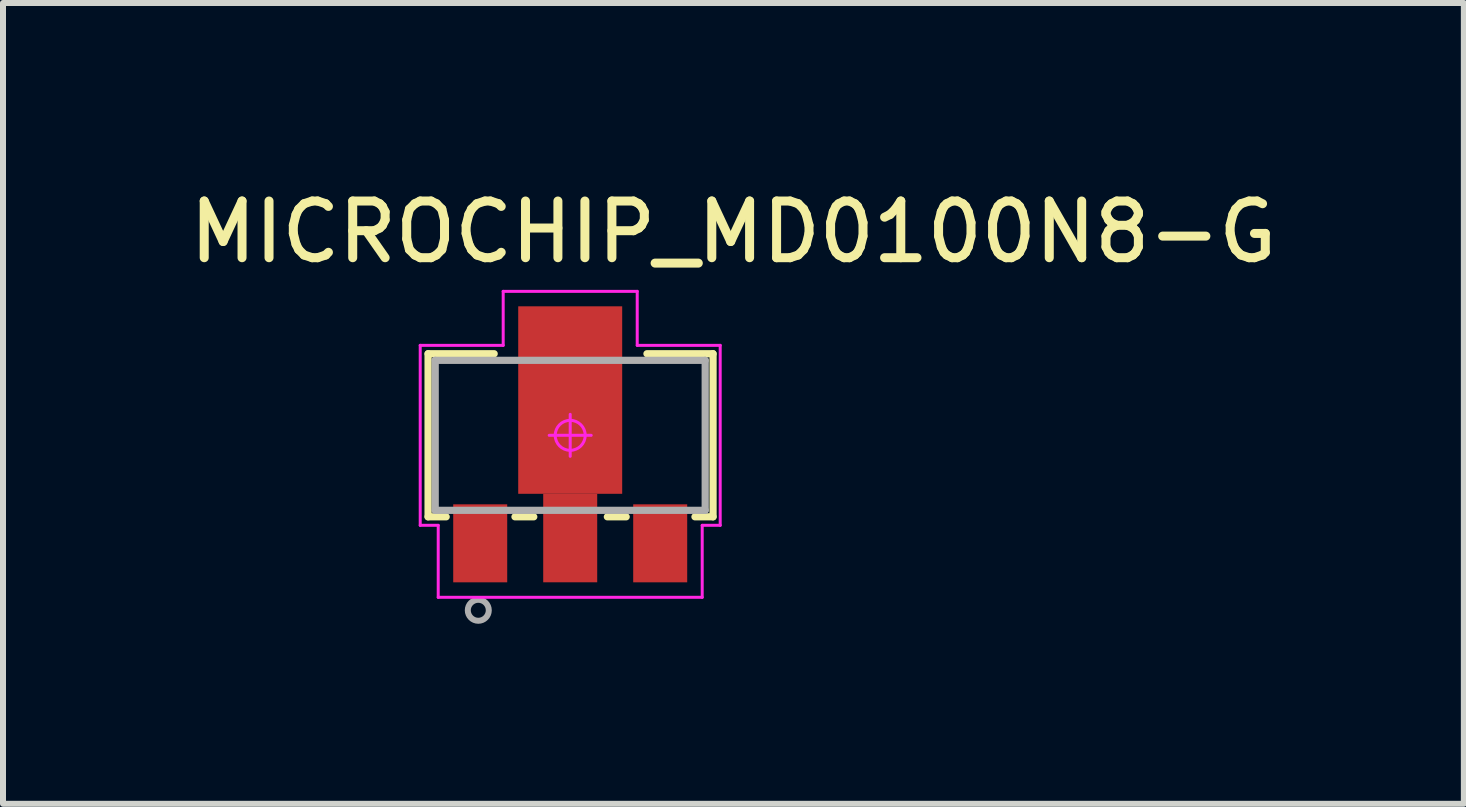
<source format=kicad_pcb>
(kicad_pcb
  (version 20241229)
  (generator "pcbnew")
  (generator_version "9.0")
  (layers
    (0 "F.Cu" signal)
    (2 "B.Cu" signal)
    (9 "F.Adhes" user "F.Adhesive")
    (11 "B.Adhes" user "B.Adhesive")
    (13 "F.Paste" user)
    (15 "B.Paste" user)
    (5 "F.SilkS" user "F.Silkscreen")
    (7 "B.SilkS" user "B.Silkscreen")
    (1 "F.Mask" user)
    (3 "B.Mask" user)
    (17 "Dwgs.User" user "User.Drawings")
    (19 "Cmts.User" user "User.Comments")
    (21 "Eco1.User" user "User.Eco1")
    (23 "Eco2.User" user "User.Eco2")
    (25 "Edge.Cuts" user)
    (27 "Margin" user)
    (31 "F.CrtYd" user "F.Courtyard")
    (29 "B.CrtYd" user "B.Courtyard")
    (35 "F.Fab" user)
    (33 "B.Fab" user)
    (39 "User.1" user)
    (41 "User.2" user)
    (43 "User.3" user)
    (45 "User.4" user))
  (footprint "MICROCHIP_MD0100N8-G"
    (layer "F.Cu")
    (at 6.454 4.206)
    (property "Reference" "MICROCHIP_MD0100N8-G" (at 2.72 -3.39 0) (layer "F.SilkS") (effects (font (size 0.945 0.945) (thickness 0.15))))
    (attr smd)
    (fp_line (start -2.369 -1.36) (end -2.369 1.358) (stroke (width 0.12) (type solid)) (layer "F.SilkS"))
    (fp_line (start -2.369 1.358) (end -2.067 1.358) (stroke (width 0.12) (type solid)) (layer "F.SilkS"))
    (fp_line (start -1.267 -1.36) (end -2.369 -1.36) (stroke (width 0.12) (type solid)) (layer "F.SilkS"))
    (fp_line (start -0.921 1.358) (end -0.607 1.358) (stroke (width 0.12) (type solid)) (layer "F.SilkS"))
    (fp_line (start 0.619 1.358) (end 0.933 1.358) (stroke (width 0.12) (type solid)) (layer "F.SilkS"))
    (fp_line (start 2.079 1.358) (end 2.381 1.358) (stroke (width 0.12) (type solid)) (layer "F.SilkS"))
    (fp_line (start 2.381 -1.36) (end 1.279 -1.36) (stroke (width 0.12) (type solid)) (layer "F.SilkS"))
    (fp_line (start 2.381 1.358) (end 2.381 -1.36) (stroke (width 0.12) (type solid)) (layer "F.SilkS"))
    (fp_line (start -2.5 -1.5) (end -2.5 1.5) (stroke (width 0.05) (type solid)) (layer "F.CrtYd"))
    (fp_line (start -2.5 1.5) (end -2.2 1.5) (stroke (width 0.05) (type solid)) (layer "F.CrtYd"))
    (fp_line (start -2.2 1.5) (end -2.2 2.7) (stroke (width 0.05) (type solid)) (layer "F.CrtYd"))
    (fp_line (start -2.2 2.7) (end 2.2 2.7) (stroke (width 0.05) (type solid)) (layer "F.CrtYd"))
    (fp_line (start -1.117 -2.4) (end -1.117 -1.5) (stroke (width 0.05) (type solid)) (layer "F.CrtYd"))
    (fp_line (start -1.117 -1.5) (end -2.5 -1.5) (stroke (width 0.05) (type solid)) (layer "F.CrtYd"))
    (fp_line (start 0 -0.35) (end 0 0.35) (stroke (width 0.05) (type solid)) (layer "F.CrtYd"))
    (fp_line (start 0.35 0) (end -0.35 0) (stroke (width 0.05) (type solid)) (layer "F.CrtYd"))
    (fp_line (start 1.117 -2.4) (end -1.117 -2.4) (stroke (width 0.05) (type solid)) (layer "F.CrtYd"))
    (fp_line (start 1.117 -1.5) (end 1.117 -2.4) (stroke (width 0.05) (type solid)) (layer "F.CrtYd"))
    (fp_line (start 2.2 1.5) (end 2.5 1.5) (stroke (width 0.05) (type solid)) (layer "F.CrtYd"))
    (fp_line (start 2.2 2.7) (end 2.2 1.5) (stroke (width 0.05) (type solid)) (layer "F.CrtYd"))
    (fp_line (start 2.5 -1.5) (end 1.117 -1.5) (stroke (width 0.05) (type solid)) (layer "F.CrtYd"))
    (fp_line (start 2.5 1.5) (end 2.5 -1.5) (stroke (width 0.05) (type solid)) (layer "F.CrtYd"))
    (fp_circle (center 0 0) (end 0.25 0) (stroke (width 0.05) (type solid)) (fill no) (layer "F.CrtYd"))
    (fp_line (start -2.25 -1.25) (end 2.25 -1.25) (stroke (width 0.12) (type solid)) (layer "F.Fab"))
    (fp_line (start -2.25 1.25) (end -2.25 -1.25) (stroke (width 0.12) (type solid)) (layer "F.Fab"))
    (fp_line (start 2.25 -1.25) (end 2.25 1.25) (stroke (width 0.12) (type solid)) (layer "F.Fab"))
    (fp_line (start 2.25 1.25) (end -2.25 1.25) (stroke (width 0.12) (type solid)) (layer "F.Fab"))
    (fp_circle (center -1.532 2.916) (end -1.357 2.916) (stroke (width 0.1) (type solid)) (fill no) (layer "F.Fab"))
    (pad "1" smd rect (at -1.5 1.8) (size 0.9 1.3) (layers "F.Cu" "F.Mask" "F.Paste"))
    (pad "2" smd rect (at 0 1.712) (size 0.9 1.475) (layers "F.Cu" "F.Mask" "F.Paste"))
    (pad "3" smd rect (at 1.5 1.8) (size 0.9 1.3) (layers "F.Cu" "F.Mask" "F.Paste"))
    (pad "4" smd rect (at 0 -0.588) (size 1.733 3.125) (layers "F.Cu" "F.Mask" "F.Paste")))
  (gr_rect
    (start -3 -3)
    (end 21.349 10.347)
    (stroke (width 0.1) (type default))
    (fill no)
    (layer "Edge.Cuts")))
</source>
